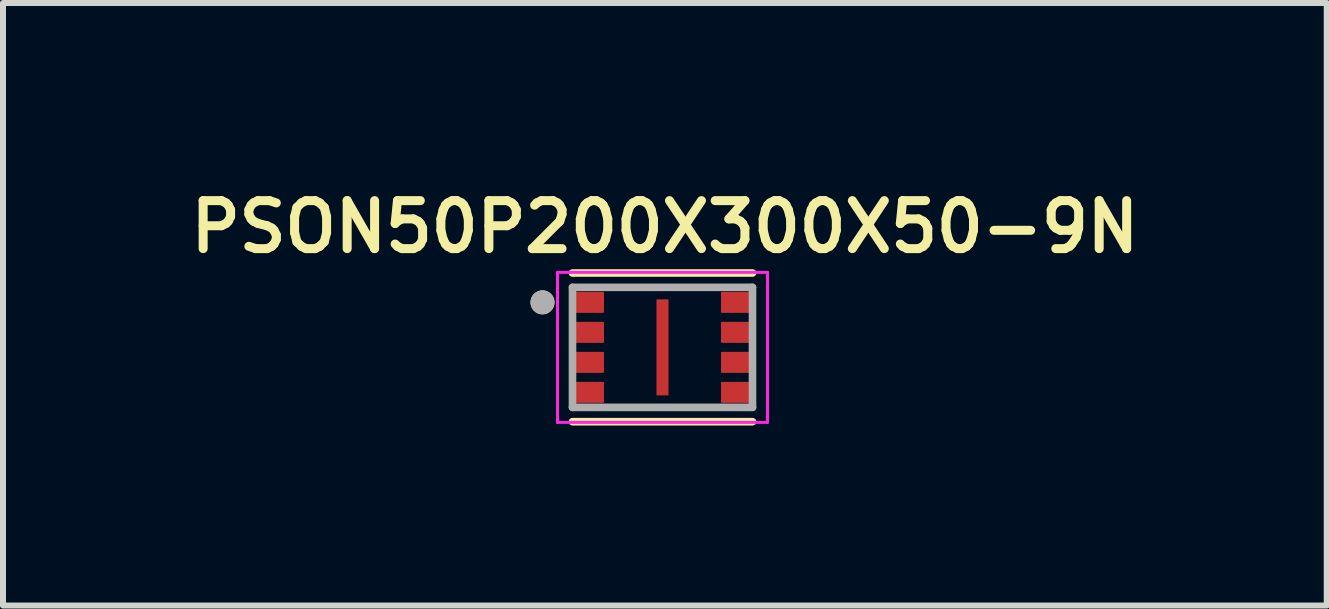
<source format=kicad_pcb>
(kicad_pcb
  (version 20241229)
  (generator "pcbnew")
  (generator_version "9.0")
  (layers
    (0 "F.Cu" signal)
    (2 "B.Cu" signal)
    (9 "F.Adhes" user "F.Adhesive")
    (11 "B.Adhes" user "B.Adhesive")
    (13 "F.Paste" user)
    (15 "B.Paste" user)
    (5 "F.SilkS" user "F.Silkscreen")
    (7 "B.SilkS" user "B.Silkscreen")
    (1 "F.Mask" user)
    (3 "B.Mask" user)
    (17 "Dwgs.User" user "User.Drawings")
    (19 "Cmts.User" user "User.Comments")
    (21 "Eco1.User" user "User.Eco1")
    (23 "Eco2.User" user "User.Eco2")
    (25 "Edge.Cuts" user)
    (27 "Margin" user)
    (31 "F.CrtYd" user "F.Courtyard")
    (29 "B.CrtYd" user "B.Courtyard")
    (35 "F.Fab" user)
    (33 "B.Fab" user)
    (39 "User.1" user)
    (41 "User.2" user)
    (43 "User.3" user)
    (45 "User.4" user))
  (footprint "PSON50P200X300X50-9N"
    (layer "F.Cu")
    (at 7.991 2.739)
    (property "Reference" "PSON50P200X300X50-9N" (at 0.04 -2.008 0) (layer "F.SilkS") (effects (font (size 0.8 0.8) (thickness 0.15))))
    (attr through_hole)
    (fp_line (start -1.5 -1.239) (end 1.5 -1.239) (stroke (width 0.127) (type solid)) (layer "F.SilkS"))
    (fp_line (start -1.5 1.239) (end 1.5 1.239) (stroke (width 0.127) (type solid)) (layer "F.SilkS"))
    (fp_circle (center -2 -0.75) (end -1.9 -0.75) (stroke (width 0.2) (type solid)) (fill no) (layer "F.SilkS"))
    (fp_poly (pts (xy -0.06 -0.51) (xy 0.06 -0.51) (xy 0.06 0.51) (xy -0.06 0.51)) (stroke (width 0.01) (type solid)) (fill yes) (layer "F.Paste"))
    (fp_line (start -1.75 -1.25) (end -1.75 1.25) (stroke (width 0.05) (type solid)) (layer "F.CrtYd"))
    (fp_line (start -1.75 -1.25) (end 1.75 -1.25) (stroke (width 0.05) (type solid)) (layer "F.CrtYd"))
    (fp_line (start -1.75 1.25) (end 1.75 1.25) (stroke (width 0.05) (type solid)) (layer "F.CrtYd"))
    (fp_line (start 1.75 -1.25) (end 1.75 1.25) (stroke (width 0.05) (type solid)) (layer "F.CrtYd"))
    (fp_line (start -1.5 -1) (end -1.5 1) (stroke (width 0.127) (type solid)) (layer "F.Fab"))
    (fp_line (start -1.5 -1) (end 1.5 -1) (stroke (width 0.127) (type solid)) (layer "F.Fab"))
    (fp_line (start -1.5 1) (end 1.5 1) (stroke (width 0.127) (type solid)) (layer "F.Fab"))
    (fp_line (start 1.5 -1) (end 1.5 1) (stroke (width 0.127) (type solid)) (layer "F.Fab"))
    (fp_circle (center -2 -0.75) (end -1.9 -0.75) (stroke (width 0.2) (type solid)) (fill no) (layer "F.Fab"))
    (pad "1" smd roundrect (at -1.22 -0.75) (size 0.49 0.35) (layers "F.Cu" "F.Mask" "F.Paste") (roundrect_rratio 0.04))
    (pad "2" smd roundrect (at -1.22 -0.25) (size 0.49 0.35) (layers "F.Cu" "F.Mask" "F.Paste") (roundrect_rratio 0.04))
    (pad "3" smd roundrect (at -1.22 0.25) (size 0.49 0.35) (layers "F.Cu" "F.Mask" "F.Paste") (roundrect_rratio 0.04))
    (pad "4" smd roundrect (at -1.22 0.75) (size 0.49 0.35) (layers "F.Cu" "F.Mask" "F.Paste") (roundrect_rratio 0.04))
    (pad "5" smd roundrect (at 1.22 0.75) (size 0.49 0.35) (layers "F.Cu" "F.Mask" "F.Paste") (roundrect_rratio 0.04))
    (pad "6" smd roundrect (at 1.22 0.25) (size 0.49 0.35) (layers "F.Cu" "F.Mask" "F.Paste") (roundrect_rratio 0.04))
    (pad "7" smd roundrect (at 1.22 -0.25) (size 0.49 0.35) (layers "F.Cu" "F.Mask" "F.Paste") (roundrect_rratio 0.04))
    (pad "8" smd roundrect (at 1.22 -0.75) (size 0.49 0.35) (layers "F.Cu" "F.Mask" "F.Paste") (roundrect_rratio 0.04))
    (pad "9" smd rect (at 0 0) (size 0.2 1.6) (layers "F.Cu" "F.Mask")))
  (gr_rect
    (start -3 -3)
    (end 19.061 7.042)
    (stroke (width 0.1) (type default))
    (fill no)
    (layer "Edge.Cuts")))
</source>
